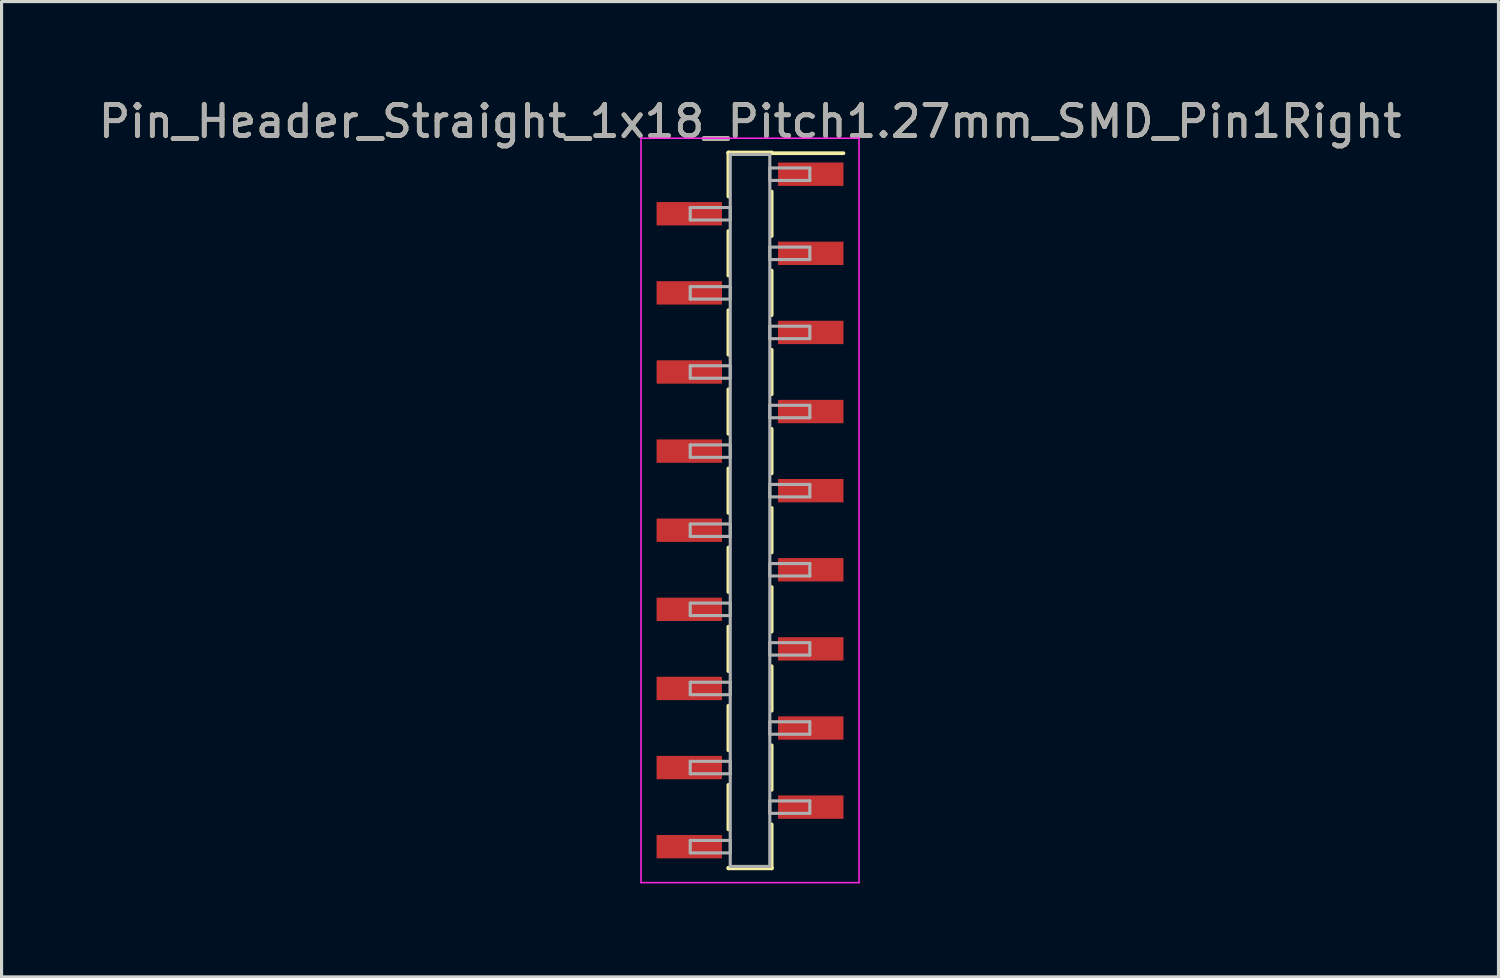
<source format=kicad_pcb>
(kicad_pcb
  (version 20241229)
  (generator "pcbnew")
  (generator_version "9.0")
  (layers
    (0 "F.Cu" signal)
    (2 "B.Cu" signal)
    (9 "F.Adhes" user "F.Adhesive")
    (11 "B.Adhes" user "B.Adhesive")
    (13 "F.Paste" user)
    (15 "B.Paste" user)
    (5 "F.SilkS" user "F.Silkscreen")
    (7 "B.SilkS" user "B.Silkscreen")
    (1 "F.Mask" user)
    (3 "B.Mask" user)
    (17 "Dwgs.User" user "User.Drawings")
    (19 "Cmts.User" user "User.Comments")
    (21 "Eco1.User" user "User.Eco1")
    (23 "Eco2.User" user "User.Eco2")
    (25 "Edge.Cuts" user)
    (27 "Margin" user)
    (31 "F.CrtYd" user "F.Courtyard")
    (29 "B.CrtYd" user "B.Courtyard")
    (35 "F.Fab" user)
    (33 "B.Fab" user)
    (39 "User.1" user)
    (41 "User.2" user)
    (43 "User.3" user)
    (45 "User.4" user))
  (footprint "Pin_Header_Straight_1x18_Pitch1.27mm_SMD_Pin1Right"
    (layer "F.Cu")
    (at 21.03 13.338)
    (property "Reference" "Pin_Header_Straight_1x18_Pitch1.27mm_SMD_Pin1Right" (at 0 -12.49 0) (layer "F.SilkS") (effects (font (size 1 1) (thickness 0.15))))
    (attr smd)
    (fp_line (start -0.695 -11.49) (end -0.695 -10.08) (stroke (width 0.12) (type solid)) (layer "F.SilkS"))
    (fp_line (start -0.695 -11.49) (end 0.695 -11.49) (stroke (width 0.12) (type solid)) (layer "F.SilkS"))
    (fp_line (start -0.695 -11.47) (end -0.695 -11.49) (stroke (width 0.12) (type solid)) (layer "F.SilkS"))
    (fp_line (start -0.695 -8.97) (end -0.695 -7.54) (stroke (width 0.12) (type solid)) (layer "F.SilkS"))
    (fp_line (start -0.695 -6.43) (end -0.695 -5) (stroke (width 0.12) (type solid)) (layer "F.SilkS"))
    (fp_line (start -0.695 -3.89) (end -0.695 -2.46) (stroke (width 0.12) (type solid)) (layer "F.SilkS"))
    (fp_line (start -0.695 -1.35) (end -0.695 0.08) (stroke (width 0.12) (type solid)) (layer "F.SilkS"))
    (fp_line (start -0.695 1.19) (end -0.695 2.62) (stroke (width 0.12) (type solid)) (layer "F.SilkS"))
    (fp_line (start -0.695 3.73) (end -0.695 5.16) (stroke (width 0.12) (type solid)) (layer "F.SilkS"))
    (fp_line (start -0.695 6.27) (end -0.695 7.7) (stroke (width 0.12) (type solid)) (layer "F.SilkS"))
    (fp_line (start -0.695 8.81) (end -0.695 10.24) (stroke (width 0.12) (type solid)) (layer "F.SilkS"))
    (fp_line (start -0.695 11.47) (end -0.695 11.49) (stroke (width 0.12) (type solid)) (layer "F.SilkS"))
    (fp_line (start -0.695 11.49) (end 0.695 11.49) (stroke (width 0.12) (type solid)) (layer "F.SilkS"))
    (fp_line (start 0.695 -11.49) (end 0.695 -11.47) (stroke (width 0.12) (type solid)) (layer "F.SilkS"))
    (fp_line (start 0.695 -11.47) (end 3 -11.47) (stroke (width 0.12) (type solid)) (layer "F.SilkS"))
    (fp_line (start 0.695 -10.24) (end 0.695 -8.81) (stroke (width 0.12) (type solid)) (layer "F.SilkS"))
    (fp_line (start 0.695 -7.7) (end 0.695 -6.27) (stroke (width 0.12) (type solid)) (layer "F.SilkS"))
    (fp_line (start 0.695 -5.16) (end 0.695 -3.73) (stroke (width 0.12) (type solid)) (layer "F.SilkS"))
    (fp_line (start 0.695 -2.62) (end 0.695 -1.19) (stroke (width 0.12) (type solid)) (layer "F.SilkS"))
    (fp_line (start 0.695 -0.08) (end 0.695 1.35) (stroke (width 0.12) (type solid)) (layer "F.SilkS"))
    (fp_line (start 0.695 2.46) (end 0.695 3.89) (stroke (width 0.12) (type solid)) (layer "F.SilkS"))
    (fp_line (start 0.695 5) (end 0.695 6.43) (stroke (width 0.12) (type solid)) (layer "F.SilkS"))
    (fp_line (start 0.695 7.54) (end 0.695 8.97) (stroke (width 0.12) (type solid)) (layer "F.SilkS"))
    (fp_line (start 0.695 10.08) (end 0.695 11.49) (stroke (width 0.12) (type solid)) (layer "F.SilkS"))
    (fp_line (start 0.695 11.49) (end 0.695 11.47) (stroke (width 0.12) (type solid)) (layer "F.SilkS"))
    (fp_line (start -3.5 -11.95) (end -3.5 11.95) (stroke (width 0.05) (type solid)) (layer "F.CrtYd"))
    (fp_line (start -3.5 11.95) (end 3.5 11.95) (stroke (width 0.05) (type solid)) (layer "F.CrtYd"))
    (fp_line (start 3.5 -11.95) (end -3.5 -11.95) (stroke (width 0.05) (type solid)) (layer "F.CrtYd"))
    (fp_line (start 3.5 11.95) (end 3.5 -11.95) (stroke (width 0.05) (type solid)) (layer "F.CrtYd"))
    (fp_line (start -1.92 -9.725) (end -0.635 -9.725) (stroke (width 0.1) (type solid)) (layer "F.Fab"))
    (fp_line (start -1.92 -9.325) (end -1.92 -9.725) (stroke (width 0.1) (type solid)) (layer "F.Fab"))
    (fp_line (start -1.92 -7.185) (end -0.635 -7.185) (stroke (width 0.1) (type solid)) (layer "F.Fab"))
    (fp_line (start -1.92 -6.785) (end -1.92 -7.185) (stroke (width 0.1) (type solid)) (layer "F.Fab"))
    (fp_line (start -1.92 -4.645) (end -0.635 -4.645) (stroke (width 0.1) (type solid)) (layer "F.Fab"))
    (fp_line (start -1.92 -4.245) (end -1.92 -4.645) (stroke (width 0.1) (type solid)) (layer "F.Fab"))
    (fp_line (start -1.92 -2.105) (end -0.635 -2.105) (stroke (width 0.1) (type solid)) (layer "F.Fab"))
    (fp_line (start -1.92 -1.705) (end -1.92 -2.105) (stroke (width 0.1) (type solid)) (layer "F.Fab"))
    (fp_line (start -1.92 0.435) (end -0.635 0.435) (stroke (width 0.1) (type solid)) (layer "F.Fab"))
    (fp_line (start -1.92 0.835) (end -1.92 0.435) (stroke (width 0.1) (type solid)) (layer "F.Fab"))
    (fp_line (start -1.92 2.975) (end -0.635 2.975) (stroke (width 0.1) (type solid)) (layer "F.Fab"))
    (fp_line (start -1.92 3.375) (end -1.92 2.975) (stroke (width 0.1) (type solid)) (layer "F.Fab"))
    (fp_line (start -1.92 5.515) (end -0.635 5.515) (stroke (width 0.1) (type solid)) (layer "F.Fab"))
    (fp_line (start -1.92 5.915) (end -1.92 5.515) (stroke (width 0.1) (type solid)) (layer "F.Fab"))
    (fp_line (start -1.92 8.055) (end -0.635 8.055) (stroke (width 0.1) (type solid)) (layer "F.Fab"))
    (fp_line (start -1.92 8.455) (end -1.92 8.055) (stroke (width 0.1) (type solid)) (layer "F.Fab"))
    (fp_line (start -1.92 10.595) (end -0.635 10.595) (stroke (width 0.1) (type solid)) (layer "F.Fab"))
    (fp_line (start -1.92 10.995) (end -1.92 10.595) (stroke (width 0.1) (type solid)) (layer "F.Fab"))
    (fp_line (start -0.635 -11.43) (end -0.635 11.43) (stroke (width 0.1) (type solid)) (layer "F.Fab"))
    (fp_line (start -0.635 -9.725) (end -0.635 -9.325) (stroke (width 0.1) (type solid)) (layer "F.Fab"))
    (fp_line (start -0.635 -9.325) (end -1.92 -9.325) (stroke (width 0.1) (type solid)) (layer "F.Fab"))
    (fp_line (start -0.635 -7.185) (end -0.635 -6.785) (stroke (width 0.1) (type solid)) (layer "F.Fab"))
    (fp_line (start -0.635 -6.785) (end -1.92 -6.785) (stroke (width 0.1) (type solid)) (layer "F.Fab"))
    (fp_line (start -0.635 -4.645) (end -0.635 -4.245) (stroke (width 0.1) (type solid)) (layer "F.Fab"))
    (fp_line (start -0.635 -4.245) (end -1.92 -4.245) (stroke (width 0.1) (type solid)) (layer "F.Fab"))
    (fp_line (start -0.635 -2.105) (end -0.635 -1.705) (stroke (width 0.1) (type solid)) (layer "F.Fab"))
    (fp_line (start -0.635 -1.705) (end -1.92 -1.705) (stroke (width 0.1) (type solid)) (layer "F.Fab"))
    (fp_line (start -0.635 0.435) (end -0.635 0.835) (stroke (width 0.1) (type solid)) (layer "F.Fab"))
    (fp_line (start -0.635 0.835) (end -1.92 0.835) (stroke (width 0.1) (type solid)) (layer "F.Fab"))
    (fp_line (start -0.635 2.975) (end -0.635 3.375) (stroke (width 0.1) (type solid)) (layer "F.Fab"))
    (fp_line (start -0.635 3.375) (end -1.92 3.375) (stroke (width 0.1) (type solid)) (layer "F.Fab"))
    (fp_line (start -0.635 5.515) (end -0.635 5.915) (stroke (width 0.1) (type solid)) (layer "F.Fab"))
    (fp_line (start -0.635 5.915) (end -1.92 5.915) (stroke (width 0.1) (type solid)) (layer "F.Fab"))
    (fp_line (start -0.635 8.055) (end -0.635 8.455) (stroke (width 0.1) (type solid)) (layer "F.Fab"))
    (fp_line (start -0.635 8.455) (end -1.92 8.455) (stroke (width 0.1) (type solid)) (layer "F.Fab"))
    (fp_line (start -0.635 10.595) (end -0.635 10.995) (stroke (width 0.1) (type solid)) (layer "F.Fab"))
    (fp_line (start -0.635 10.995) (end -1.92 10.995) (stroke (width 0.1) (type solid)) (layer "F.Fab"))
    (fp_line (start -0.635 11.43) (end 0.635 11.43) (stroke (width 0.1) (type solid)) (layer "F.Fab"))
    (fp_line (start 0.635 -11.43) (end -0.635 -11.43) (stroke (width 0.1) (type solid)) (layer "F.Fab"))
    (fp_line (start 0.635 -10.995) (end 0.635 -10.595) (stroke (width 0.1) (type solid)) (layer "F.Fab"))
    (fp_line (start 0.635 -10.595) (end 1.92 -10.595) (stroke (width 0.1) (type solid)) (layer "F.Fab"))
    (fp_line (start 0.635 -8.455) (end 0.635 -8.055) (stroke (width 0.1) (type solid)) (layer "F.Fab"))
    (fp_line (start 0.635 -8.055) (end 1.92 -8.055) (stroke (width 0.1) (type solid)) (layer "F.Fab"))
    (fp_line (start 0.635 -5.915) (end 0.635 -5.515) (stroke (width 0.1) (type solid)) (layer "F.Fab"))
    (fp_line (start 0.635 -5.515) (end 1.92 -5.515) (stroke (width 0.1) (type solid)) (layer "F.Fab"))
    (fp_line (start 0.635 -3.375) (end 0.635 -2.975) (stroke (width 0.1) (type solid)) (layer "F.Fab"))
    (fp_line (start 0.635 -2.975) (end 1.92 -2.975) (stroke (width 0.1) (type solid)) (layer "F.Fab"))
    (fp_line (start 0.635 -0.835) (end 0.635 -0.435) (stroke (width 0.1) (type solid)) (layer "F.Fab"))
    (fp_line (start 0.635 -0.435) (end 1.92 -0.435) (stroke (width 0.1) (type solid)) (layer "F.Fab"))
    (fp_line (start 0.635 1.705) (end 0.635 2.105) (stroke (width 0.1) (type solid)) (layer "F.Fab"))
    (fp_line (start 0.635 2.105) (end 1.92 2.105) (stroke (width 0.1) (type solid)) (layer "F.Fab"))
    (fp_line (start 0.635 4.245) (end 0.635 4.645) (stroke (width 0.1) (type solid)) (layer "F.Fab"))
    (fp_line (start 0.635 4.645) (end 1.92 4.645) (stroke (width 0.1) (type solid)) (layer "F.Fab"))
    (fp_line (start 0.635 6.785) (end 0.635 7.185) (stroke (width 0.1) (type solid)) (layer "F.Fab"))
    (fp_line (start 0.635 7.185) (end 1.92 7.185) (stroke (width 0.1) (type solid)) (layer "F.Fab"))
    (fp_line (start 0.635 9.325) (end 0.635 9.725) (stroke (width 0.1) (type solid)) (layer "F.Fab"))
    (fp_line (start 0.635 9.725) (end 1.92 9.725) (stroke (width 0.1) (type solid)) (layer "F.Fab"))
    (fp_line (start 0.635 11.43) (end 0.635 -11.43) (stroke (width 0.1) (type solid)) (layer "F.Fab"))
    (fp_line (start 1.92 -10.995) (end 0.635 -10.995) (stroke (width 0.1) (type solid)) (layer "F.Fab"))
    (fp_line (start 1.92 -10.595) (end 1.92 -10.995) (stroke (width 0.1) (type solid)) (layer "F.Fab"))
    (fp_line (start 1.92 -8.455) (end 0.635 -8.455) (stroke (width 0.1) (type solid)) (layer "F.Fab"))
    (fp_line (start 1.92 -8.055) (end 1.92 -8.455) (stroke (width 0.1) (type solid)) (layer "F.Fab"))
    (fp_line (start 1.92 -5.915) (end 0.635 -5.915) (stroke (width 0.1) (type solid)) (layer "F.Fab"))
    (fp_line (start 1.92 -5.515) (end 1.92 -5.915) (stroke (width 0.1) (type solid)) (layer "F.Fab"))
    (fp_line (start 1.92 -3.375) (end 0.635 -3.375) (stroke (width 0.1) (type solid)) (layer "F.Fab"))
    (fp_line (start 1.92 -2.975) (end 1.92 -3.375) (stroke (width 0.1) (type solid)) (layer "F.Fab"))
    (fp_line (start 1.92 -0.835) (end 0.635 -0.835) (stroke (width 0.1) (type solid)) (layer "F.Fab"))
    (fp_line (start 1.92 -0.435) (end 1.92 -0.835) (stroke (width 0.1) (type solid)) (layer "F.Fab"))
    (fp_line (start 1.92 1.705) (end 0.635 1.705) (stroke (width 0.1) (type solid)) (layer "F.Fab"))
    (fp_line (start 1.92 2.105) (end 1.92 1.705) (stroke (width 0.1) (type solid)) (layer "F.Fab"))
    (fp_line (start 1.92 4.245) (end 0.635 4.245) (stroke (width 0.1) (type solid)) (layer "F.Fab"))
    (fp_line (start 1.92 4.645) (end 1.92 4.245) (stroke (width 0.1) (type solid)) (layer "F.Fab"))
    (fp_line (start 1.92 6.785) (end 0.635 6.785) (stroke (width 0.1) (type solid)) (layer "F.Fab"))
    (fp_line (start 1.92 7.185) (end 1.92 6.785) (stroke (width 0.1) (type solid)) (layer "F.Fab"))
    (fp_line (start 1.92 9.325) (end 0.635 9.325) (stroke (width 0.1) (type solid)) (layer "F.Fab"))
    (fp_line (start 1.92 9.725) (end 1.92 9.325) (stroke (width 0.1) (type solid)) (layer "F.Fab"))
    (fp_text user "${REFERENCE}" (at 0 -12.49 0) (layer "F.Fab") (effects (font (size 1 1) (thickness 0.15))))
    (pad "1" smd rect (at 1.95 -10.795) (size 2.1 0.75) (layers "F.Cu" "F.Mask" "F.Paste"))
    (pad "2" smd rect (at -1.95 -9.525) (size 2.1 0.75) (layers "F.Cu" "F.Mask" "F.Paste"))
    (pad "3" smd rect (at 1.95 -8.255) (size 2.1 0.75) (layers "F.Cu" "F.Mask" "F.Paste"))
    (pad "4" smd rect (at -1.95 -6.985) (size 2.1 0.75) (layers "F.Cu" "F.Mask" "F.Paste"))
    (pad "5" smd rect (at 1.95 -5.715) (size 2.1 0.75) (layers "F.Cu" "F.Mask" "F.Paste"))
    (pad "6" smd rect (at -1.95 -4.445) (size 2.1 0.75) (layers "F.Cu" "F.Mask" "F.Paste"))
    (pad "7" smd rect (at 1.95 -3.175) (size 2.1 0.75) (layers "F.Cu" "F.Mask" "F.Paste"))
    (pad "8" smd rect (at -1.95 -1.905) (size 2.1 0.75) (layers "F.Cu" "F.Mask" "F.Paste"))
    (pad "9" smd rect (at 1.95 -0.635) (size 2.1 0.75) (layers "F.Cu" "F.Mask" "F.Paste"))
    (pad "10" smd rect (at -1.95 0.635) (size 2.1 0.75) (layers "F.Cu" "F.Mask" "F.Paste"))
    (pad "11" smd rect (at 1.95 1.905) (size 2.1 0.75) (layers "F.Cu" "F.Mask" "F.Paste"))
    (pad "12" smd rect (at -1.95 3.175) (size 2.1 0.75) (layers "F.Cu" "F.Mask" "F.Paste"))
    (pad "13" smd rect (at 1.95 4.445) (size 2.1 0.75) (layers "F.Cu" "F.Mask" "F.Paste"))
    (pad "14" smd rect (at -1.95 5.715) (size 2.1 0.75) (layers "F.Cu" "F.Mask" "F.Paste"))
    (pad "15" smd rect (at 1.95 6.985) (size 2.1 0.75) (layers "F.Cu" "F.Mask" "F.Paste"))
    (pad "16" smd rect (at -1.95 8.255) (size 2.1 0.75) (layers "F.Cu" "F.Mask" "F.Paste"))
    (pad "17" smd rect (at 1.95 9.525) (size 2.1 0.75) (layers "F.Cu" "F.Mask" "F.Paste"))
    (pad "18" smd rect (at -1.95 10.795) (size 2.1 0.75) (layers "F.Cu" "F.Mask" "F.Paste")))
  (gr_rect
    (start -3 -3)
    (end 45.06 28.313)
    (stroke (width 0.1) (type default))
    (fill no)
    (layer "Edge.Cuts")))
</source>
